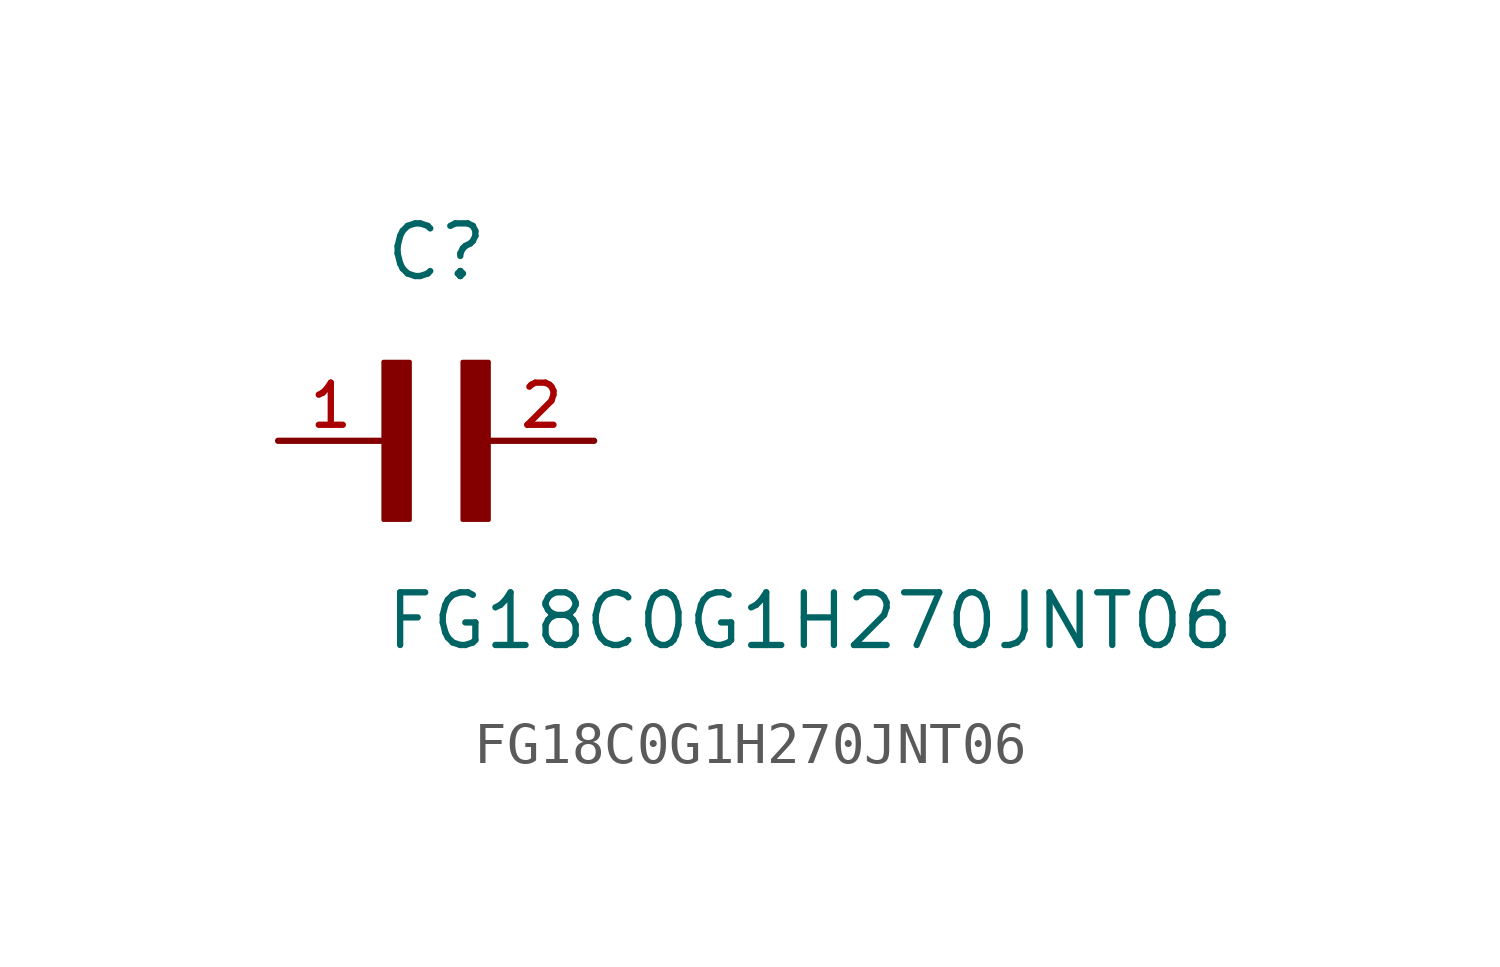
<source format=kicad_sym>
(kicad_symbol_lib
  (version 20211014)
  (generator kicad_symbol_editor)
  (symbol "FG18C0G1H270JNT06"
    (pin_names
      (offset 1.016))
    (property "Reference" "C"
      (at 0.0 3.811 0)
      (effects (font (size 1.27 1.27)) (justify bottom left)))
    (property "Value" "FG18C0G1H270JNT06"
      (at 0.0 -5.088 0)
      (effects (font (size 1.27 1.27)) (justify bottom left)))
    (symbol "FG18C0G1H270JNT06_0_0"
      (rectangle (start 0.0 -1.907) (end 0.635 1.905) (stroke (width 0.1)) (fill (type outline)))
      (rectangle (start 1.907 -1.907) (end 2.54 1.905) (stroke (width 0.1)) (fill (type outline)))
      (pin passive line (at -2.54 0.0 0) (length 2.54) (name "~" (effects (font (size 1.016 1.016)))) (number "1" (effects (font (size 1.016 1.016)))))
      (pin passive line (at 5.08 0.0 180.0) (length 2.54) (name "~" (effects (font (size 1.016 1.016)))) (number "2" (effects (font (size 1.016 1.016))))))))
</source>
